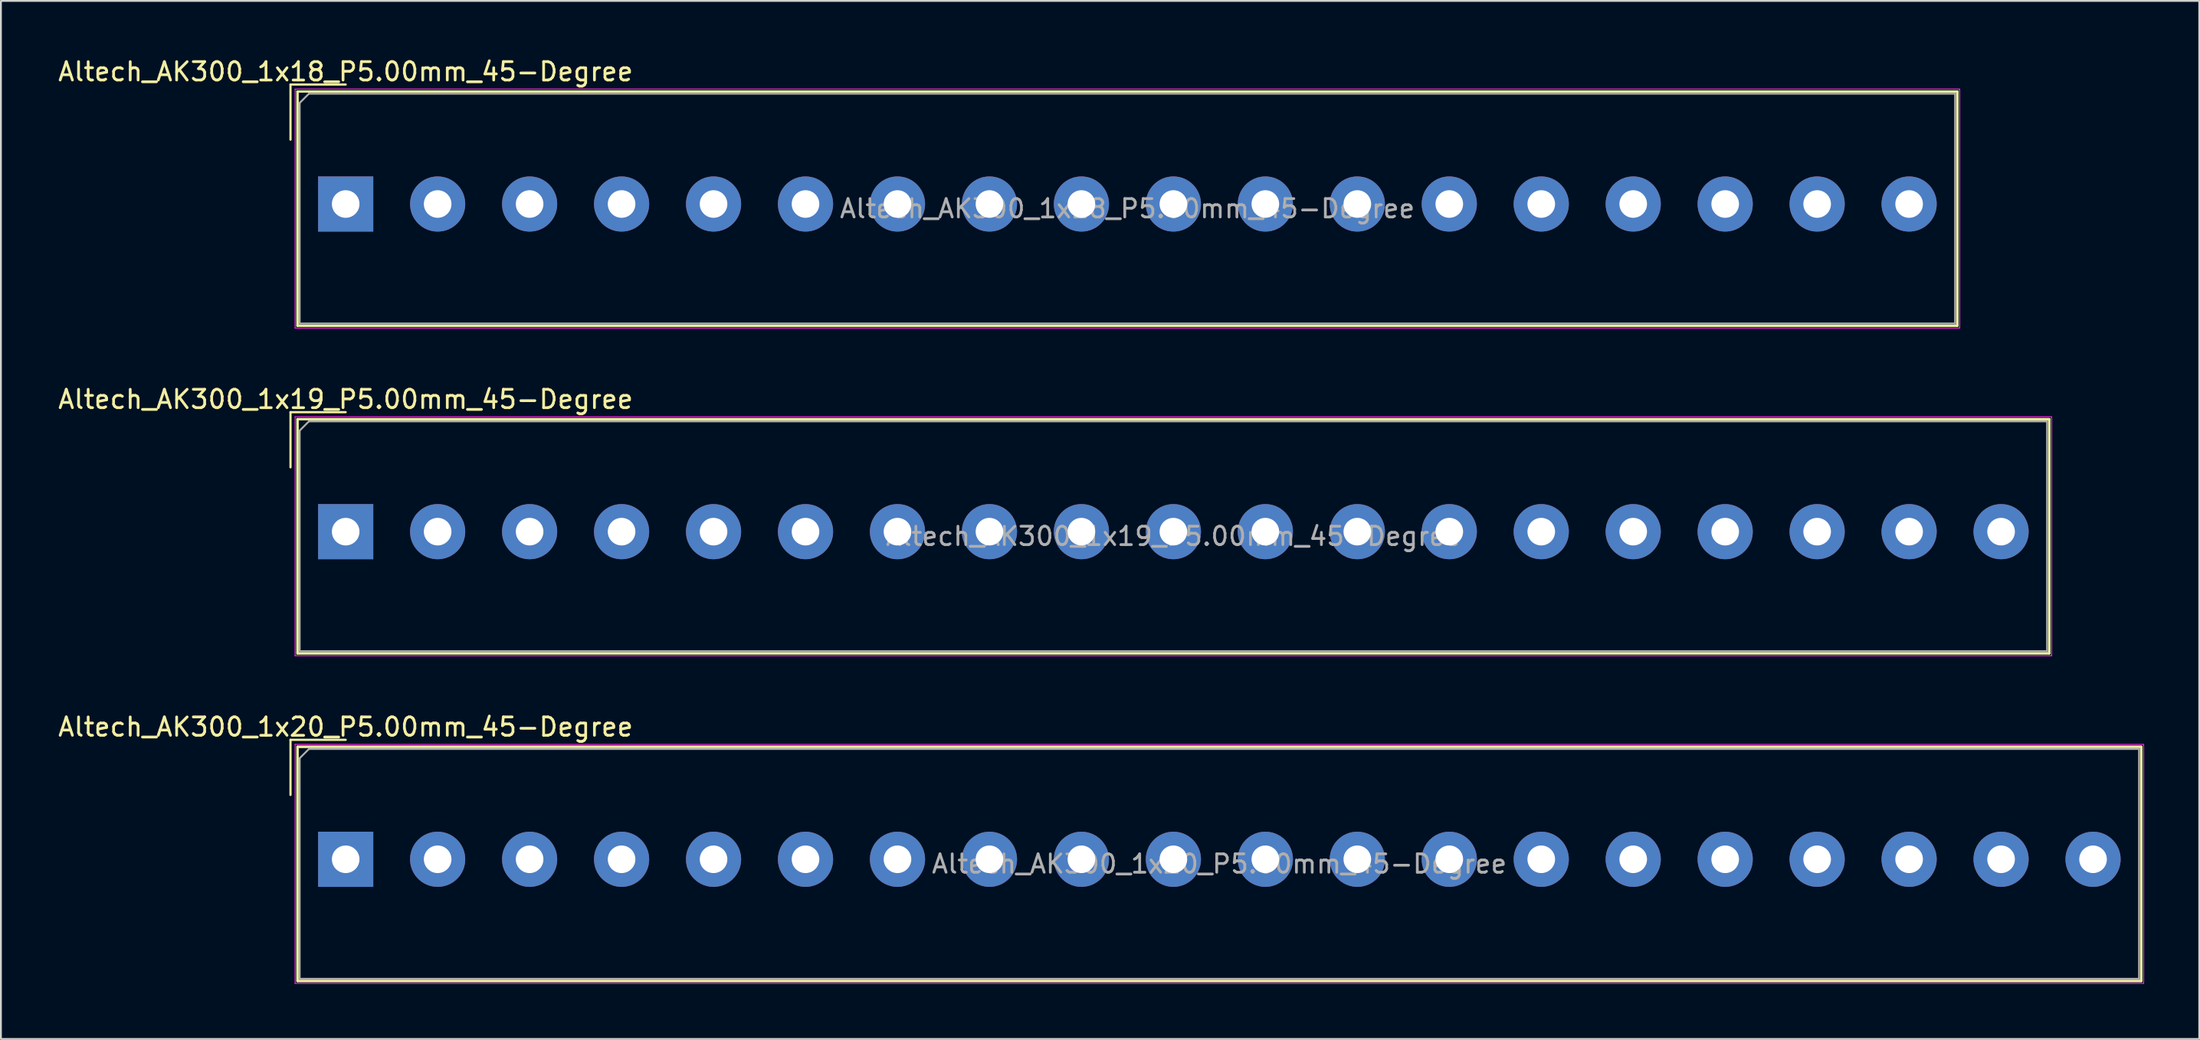
<source format=kicad_pcb>
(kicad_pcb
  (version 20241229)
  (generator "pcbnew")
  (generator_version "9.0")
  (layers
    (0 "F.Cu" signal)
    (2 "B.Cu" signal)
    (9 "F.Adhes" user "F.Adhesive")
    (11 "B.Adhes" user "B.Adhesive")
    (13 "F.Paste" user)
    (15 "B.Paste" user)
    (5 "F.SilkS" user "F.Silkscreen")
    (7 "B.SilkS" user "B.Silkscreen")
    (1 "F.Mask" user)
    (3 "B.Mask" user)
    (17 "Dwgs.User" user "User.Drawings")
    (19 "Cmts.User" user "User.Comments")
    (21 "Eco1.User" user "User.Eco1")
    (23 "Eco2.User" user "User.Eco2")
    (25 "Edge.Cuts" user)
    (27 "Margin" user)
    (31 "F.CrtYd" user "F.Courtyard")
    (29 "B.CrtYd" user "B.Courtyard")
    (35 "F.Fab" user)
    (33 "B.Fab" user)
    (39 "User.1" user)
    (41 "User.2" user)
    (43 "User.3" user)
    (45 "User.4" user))
  (footprint "Altech_AK300_1x19_P5.00mm_45-Degree"
    (layer "F.Cu")
    (at 15.744 25.872)
    (property "Reference" "Altech_AK300_1x19_P5.00mm_45-Degree" (at 0 -7.2 0) (layer "F.SilkS") (effects (font (size 1 1) (thickness 0.15))))
    (attr through_hole)
    (fp_line (start -3 -6.5) (end 0 -6.5) (stroke (width 0.12) (type solid)) (layer "F.SilkS"))
    (fp_line (start -3 -3.5) (end -3 -6.5) (stroke (width 0.12) (type solid)) (layer "F.SilkS"))
    (fp_line (start -2.62 -6.12) (end -2.62 6.62) (stroke (width 0.12) (type solid)) (layer "F.SilkS"))
    (fp_line (start -2.62 -6.12) (end -2.62 6.62) (stroke (width 0.12) (type solid)) (layer "F.SilkS"))
    (fp_line (start -2.62 -6.12) (end 92.62 -6.12) (stroke (width 0.12) (type solid)) (layer "F.SilkS"))
    (fp_line (start -2.62 -6.12) (end 92.62 -6.12) (stroke (width 0.12) (type solid)) (layer "F.SilkS"))
    (fp_line (start -2.62 6.62) (end 92.62 6.62) (stroke (width 0.12) (type solid)) (layer "F.SilkS"))
    (fp_line (start -2.62 6.62) (end 92.62 6.62) (stroke (width 0.12) (type solid)) (layer "F.SilkS"))
    (fp_line (start 92.62 -6.12) (end 92.62 6.62) (stroke (width 0.12) (type solid)) (layer "F.SilkS"))
    (fp_line (start 92.62 -6.12) (end 92.62 6.62) (stroke (width 0.12) (type solid)) (layer "F.SilkS"))
    (fp_line (start -2.75 -6.25) (end -2.75 6.75) (stroke (width 0.05) (type solid)) (layer "F.CrtYd"))
    (fp_line (start -2.75 -6.25) (end 92.75 -6.25) (stroke (width 0.05) (type solid)) (layer "F.CrtYd"))
    (fp_line (start -2.75 6.75) (end 92.75 6.75) (stroke (width 0.05) (type solid)) (layer "F.CrtYd"))
    (fp_line (start 92.75 -6.25) (end 92.75 6.75) (stroke (width 0.05) (type solid)) (layer "F.CrtYd"))
    (fp_line (start -2.5 -5.5) (end -2 -6) (stroke (width 0.1) (type solid)) (layer "F.Fab"))
    (fp_line (start -2.5 6.5) (end -2.5 -5.5) (stroke (width 0.1) (type solid)) (layer "F.Fab"))
    (fp_line (start -2 -6) (end 92.5 -6) (stroke (width 0.1) (type solid)) (layer "F.Fab"))
    (fp_line (start 92.5 -6) (end 92.5 6.5) (stroke (width 0.1) (type solid)) (layer "F.Fab"))
    (fp_line (start 92.5 6.5) (end -2.5 6.5) (stroke (width 0.1) (type solid)) (layer "F.Fab"))
    (fp_text user "${REFERENCE}" (at 45 0.25 0) (layer "F.Fab") (effects (font (size 1 1) (thickness 0.15))))
    (pad "1" thru_hole rect (at 0 0) (size 3 3) (drill 1.5) (layers "*.Cu" "*.Mask"))
    (pad "2" thru_hole circle (at 5 0) (size 3 3) (drill 1.5) (layers "*.Cu" "*.Mask"))
    (pad "3" thru_hole circle (at 10 0) (size 3 3) (drill 1.5) (layers "*.Cu" "*.Mask"))
    (pad "4" thru_hole circle (at 15 0) (size 3 3) (drill 1.5) (layers "*.Cu" "*.Mask"))
    (pad "5" thru_hole circle (at 20 0) (size 3 3) (drill 1.5) (layers "*.Cu" "*.Mask"))
    (pad "6" thru_hole circle (at 25 0) (size 3 3) (drill 1.5) (layers "*.Cu" "*.Mask"))
    (pad "7" thru_hole circle (at 30 0) (size 3 3) (drill 1.5) (layers "*.Cu" "*.Mask"))
    (pad "8" thru_hole circle (at 35 0) (size 3 3) (drill 1.5) (layers "*.Cu" "*.Mask"))
    (pad "9" thru_hole circle (at 40 0) (size 3 3) (drill 1.5) (layers "*.Cu" "*.Mask"))
    (pad "10" thru_hole circle (at 45 0) (size 3 3) (drill 1.5) (layers "*.Cu" "*.Mask"))
    (pad "11" thru_hole circle (at 50 0) (size 3 3) (drill 1.5) (layers "*.Cu" "*.Mask"))
    (pad "12" thru_hole circle (at 55 0) (size 3 3) (drill 1.5) (layers "*.Cu" "*.Mask"))
    (pad "13" thru_hole circle (at 60 0) (size 3 3) (drill 1.5) (layers "*.Cu" "*.Mask"))
    (pad "14" thru_hole circle (at 65 0) (size 3 3) (drill 1.5) (layers "*.Cu" "*.Mask"))
    (pad "15" thru_hole circle (at 70 0) (size 3 3) (drill 1.5) (layers "*.Cu" "*.Mask"))
    (pad "16" thru_hole circle (at 75 0) (size 3 3) (drill 1.5) (layers "*.Cu" "*.Mask"))
    (pad "17" thru_hole circle (at 80 0) (size 3 3) (drill 1.5) (layers "*.Cu" "*.Mask"))
    (pad "18" thru_hole circle (at 85 0) (size 3 3) (drill 1.5) (layers "*.Cu" "*.Mask"))
    (pad "19" thru_hole circle (at 90 0) (size 3 3) (drill 1.5) (layers "*.Cu" "*.Mask")))
  (footprint "Altech_AK300_1x20_P5.00mm_45-Degree"
    (layer "F.Cu")
    (at 15.744 43.695)
    (property "Reference" "Altech_AK300_1x20_P5.00mm_45-Degree" (at 0 -7.2 0) (layer "F.SilkS") (effects (font (size 1 1) (thickness 0.15))))
    (attr through_hole)
    (fp_line (start -3 -6.5) (end 0 -6.5) (stroke (width 0.12) (type solid)) (layer "F.SilkS"))
    (fp_line (start -3 -3.5) (end -3 -6.5) (stroke (width 0.12) (type solid)) (layer "F.SilkS"))
    (fp_line (start -2.62 -6.12) (end -2.62 6.62) (stroke (width 0.12) (type solid)) (layer "F.SilkS"))
    (fp_line (start -2.62 -6.12) (end -2.62 6.62) (stroke (width 0.12) (type solid)) (layer "F.SilkS"))
    (fp_line (start -2.62 -6.12) (end 97.62 -6.12) (stroke (width 0.12) (type solid)) (layer "F.SilkS"))
    (fp_line (start -2.62 -6.12) (end 97.62 -6.12) (stroke (width 0.12) (type solid)) (layer "F.SilkS"))
    (fp_line (start -2.62 6.62) (end 97.62 6.62) (stroke (width 0.12) (type solid)) (layer "F.SilkS"))
    (fp_line (start -2.62 6.62) (end 97.62 6.62) (stroke (width 0.12) (type solid)) (layer "F.SilkS"))
    (fp_line (start 97.62 -6.12) (end 97.62 6.62) (stroke (width 0.12) (type solid)) (layer "F.SilkS"))
    (fp_line (start 97.62 -6.12) (end 97.62 6.62) (stroke (width 0.12) (type solid)) (layer "F.SilkS"))
    (fp_line (start -2.75 -6.25) (end -2.75 6.75) (stroke (width 0.05) (type solid)) (layer "F.CrtYd"))
    (fp_line (start -2.75 -6.25) (end 97.75 -6.25) (stroke (width 0.05) (type solid)) (layer "F.CrtYd"))
    (fp_line (start -2.75 6.75) (end 97.75 6.75) (stroke (width 0.05) (type solid)) (layer "F.CrtYd"))
    (fp_line (start 97.75 -6.25) (end 97.75 6.75) (stroke (width 0.05) (type solid)) (layer "F.CrtYd"))
    (fp_line (start -2.5 -5.5) (end -2 -6) (stroke (width 0.1) (type solid)) (layer "F.Fab"))
    (fp_line (start -2.5 6.5) (end -2.5 -5.5) (stroke (width 0.1) (type solid)) (layer "F.Fab"))
    (fp_line (start -2 -6) (end 97.5 -6) (stroke (width 0.1) (type solid)) (layer "F.Fab"))
    (fp_line (start 97.5 -6) (end 97.5 6.5) (stroke (width 0.1) (type solid)) (layer "F.Fab"))
    (fp_line (start 97.5 6.5) (end -2.5 6.5) (stroke (width 0.1) (type solid)) (layer "F.Fab"))
    (fp_text user "${REFERENCE}" (at 47.5 0.25 0) (layer "F.Fab") (effects (font (size 1 1) (thickness 0.15))))
    (pad "1" thru_hole rect (at 0 0) (size 3 3) (drill 1.5) (layers "*.Cu" "*.Mask"))
    (pad "2" thru_hole circle (at 5 0) (size 3 3) (drill 1.5) (layers "*.Cu" "*.Mask"))
    (pad "3" thru_hole circle (at 10 0) (size 3 3) (drill 1.5) (layers "*.Cu" "*.Mask"))
    (pad "4" thru_hole circle (at 15 0) (size 3 3) (drill 1.5) (layers "*.Cu" "*.Mask"))
    (pad "5" thru_hole circle (at 20 0) (size 3 3) (drill 1.5) (layers "*.Cu" "*.Mask"))
    (pad "6" thru_hole circle (at 25 0) (size 3 3) (drill 1.5) (layers "*.Cu" "*.Mask"))
    (pad "7" thru_hole circle (at 30 0) (size 3 3) (drill 1.5) (layers "*.Cu" "*.Mask"))
    (pad "8" thru_hole circle (at 35 0) (size 3 3) (drill 1.5) (layers "*.Cu" "*.Mask"))
    (pad "9" thru_hole circle (at 40 0) (size 3 3) (drill 1.5) (layers "*.Cu" "*.Mask"))
    (pad "10" thru_hole circle (at 45 0) (size 3 3) (drill 1.5) (layers "*.Cu" "*.Mask"))
    (pad "11" thru_hole circle (at 50 0) (size 3 3) (drill 1.5) (layers "*.Cu" "*.Mask"))
    (pad "12" thru_hole circle (at 55 0) (size 3 3) (drill 1.5) (layers "*.Cu" "*.Mask"))
    (pad "13" thru_hole circle (at 60 0) (size 3 3) (drill 1.5) (layers "*.Cu" "*.Mask"))
    (pad "14" thru_hole circle (at 65 0) (size 3 3) (drill 1.5) (layers "*.Cu" "*.Mask"))
    (pad "15" thru_hole circle (at 70 0) (size 3 3) (drill 1.5) (layers "*.Cu" "*.Mask"))
    (pad "16" thru_hole circle (at 75 0) (size 3 3) (drill 1.5) (layers "*.Cu" "*.Mask"))
    (pad "17" thru_hole circle (at 80 0) (size 3 3) (drill 1.5) (layers "*.Cu" "*.Mask"))
    (pad "18" thru_hole circle (at 85 0) (size 3 3) (drill 1.5) (layers "*.Cu" "*.Mask"))
    (pad "19" thru_hole circle (at 90 0) (size 3 3) (drill 1.5) (layers "*.Cu" "*.Mask"))
    (pad "20" thru_hole circle (at 95 0) (size 3 3) (drill 1.5) (layers "*.Cu" "*.Mask")))
  (footprint "Altech_AK300_1x18_P5.00mm_45-Degree"
    (layer "F.Cu")
    (at 15.744 8.048)
    (property "Reference" "Altech_AK300_1x18_P5.00mm_45-Degree" (at 0 -7.2 0) (layer "F.SilkS") (effects (font (size 1 1) (thickness 0.15))))
    (attr through_hole)
    (fp_line (start -3 -6.5) (end 0 -6.5) (stroke (width 0.12) (type solid)) (layer "F.SilkS"))
    (fp_line (start -3 -3.5) (end -3 -6.5) (stroke (width 0.12) (type solid)) (layer "F.SilkS"))
    (fp_line (start -2.62 -6.12) (end -2.62 6.62) (stroke (width 0.12) (type solid)) (layer "F.SilkS"))
    (fp_line (start -2.62 -6.12) (end -2.62 6.62) (stroke (width 0.12) (type solid)) (layer "F.SilkS"))
    (fp_line (start -2.62 -6.12) (end 87.62 -6.12) (stroke (width 0.12) (type solid)) (layer "F.SilkS"))
    (fp_line (start -2.62 -6.12) (end 87.62 -6.12) (stroke (width 0.12) (type solid)) (layer "F.SilkS"))
    (fp_line (start -2.62 6.62) (end 87.62 6.62) (stroke (width 0.12) (type solid)) (layer "F.SilkS"))
    (fp_line (start -2.62 6.62) (end 87.62 6.62) (stroke (width 0.12) (type solid)) (layer "F.SilkS"))
    (fp_line (start 87.62 -6.12) (end 87.62 6.62) (stroke (width 0.12) (type solid)) (layer "F.SilkS"))
    (fp_line (start 87.62 -6.12) (end 87.62 6.62) (stroke (width 0.12) (type solid)) (layer "F.SilkS"))
    (fp_line (start -2.75 -6.25) (end -2.75 6.75) (stroke (width 0.05) (type solid)) (layer "F.CrtYd"))
    (fp_line (start -2.75 -6.25) (end 87.75 -6.25) (stroke (width 0.05) (type solid)) (layer "F.CrtYd"))
    (fp_line (start -2.75 6.75) (end 87.75 6.75) (stroke (width 0.05) (type solid)) (layer "F.CrtYd"))
    (fp_line (start 87.75 -6.25) (end 87.75 6.75) (stroke (width 0.05) (type solid)) (layer "F.CrtYd"))
    (fp_line (start -2.5 -5.5) (end -2 -6) (stroke (width 0.1) (type solid)) (layer "F.Fab"))
    (fp_line (start -2.5 6.5) (end -2.5 -5.5) (stroke (width 0.1) (type solid)) (layer "F.Fab"))
    (fp_line (start -2 -6) (end 87.5 -6) (stroke (width 0.1) (type solid)) (layer "F.Fab"))
    (fp_line (start 87.5 -6) (end 87.5 6.5) (stroke (width 0.1) (type solid)) (layer "F.Fab"))
    (fp_line (start 87.5 6.5) (end -2.5 6.5) (stroke (width 0.1) (type solid)) (layer "F.Fab"))
    (fp_text user "${REFERENCE}" (at 42.5 0.25 0) (layer "F.Fab") (effects (font (size 1 1) (thickness 0.15))))
    (pad "1" thru_hole rect (at 0 0) (size 3 3) (drill 1.5) (layers "*.Cu" "*.Mask"))
    (pad "2" thru_hole circle (at 5 0) (size 3 3) (drill 1.5) (layers "*.Cu" "*.Mask"))
    (pad "3" thru_hole circle (at 10 0) (size 3 3) (drill 1.5) (layers "*.Cu" "*.Mask"))
    (pad "4" thru_hole circle (at 15 0) (size 3 3) (drill 1.5) (layers "*.Cu" "*.Mask"))
    (pad "5" thru_hole circle (at 20 0) (size 3 3) (drill 1.5) (layers "*.Cu" "*.Mask"))
    (pad "6" thru_hole circle (at 25 0) (size 3 3) (drill 1.5) (layers "*.Cu" "*.Mask"))
    (pad "7" thru_hole circle (at 30 0) (size 3 3) (drill 1.5) (layers "*.Cu" "*.Mask"))
    (pad "8" thru_hole circle (at 35 0) (size 3 3) (drill 1.5) (layers "*.Cu" "*.Mask"))
    (pad "9" thru_hole circle (at 40 0) (size 3 3) (drill 1.5) (layers "*.Cu" "*.Mask"))
    (pad "10" thru_hole circle (at 45 0) (size 3 3) (drill 1.5) (layers "*.Cu" "*.Mask"))
    (pad "11" thru_hole circle (at 50 0) (size 3 3) (drill 1.5) (layers "*.Cu" "*.Mask"))
    (pad "12" thru_hole circle (at 55 0) (size 3 3) (drill 1.5) (layers "*.Cu" "*.Mask"))
    (pad "13" thru_hole circle (at 60 0) (size 3 3) (drill 1.5) (layers "*.Cu" "*.Mask"))
    (pad "14" thru_hole circle (at 65 0) (size 3 3) (drill 1.5) (layers "*.Cu" "*.Mask"))
    (pad "15" thru_hole circle (at 70 0) (size 3 3) (drill 1.5) (layers "*.Cu" "*.Mask"))
    (pad "16" thru_hole circle (at 75 0) (size 3 3) (drill 1.5) (layers "*.Cu" "*.Mask"))
    (pad "17" thru_hole circle (at 80 0) (size 3 3) (drill 1.5) (layers "*.Cu" "*.Mask"))
    (pad "18" thru_hole circle (at 85 0) (size 3 3) (drill 1.5) (layers "*.Cu" "*.Mask")))
  (gr_rect
    (start -3 -3)
    (end 116.519 53.47)
    (stroke (width 0.1) (type default))
    (fill no)
    (layer "Edge.Cuts")))
</source>
